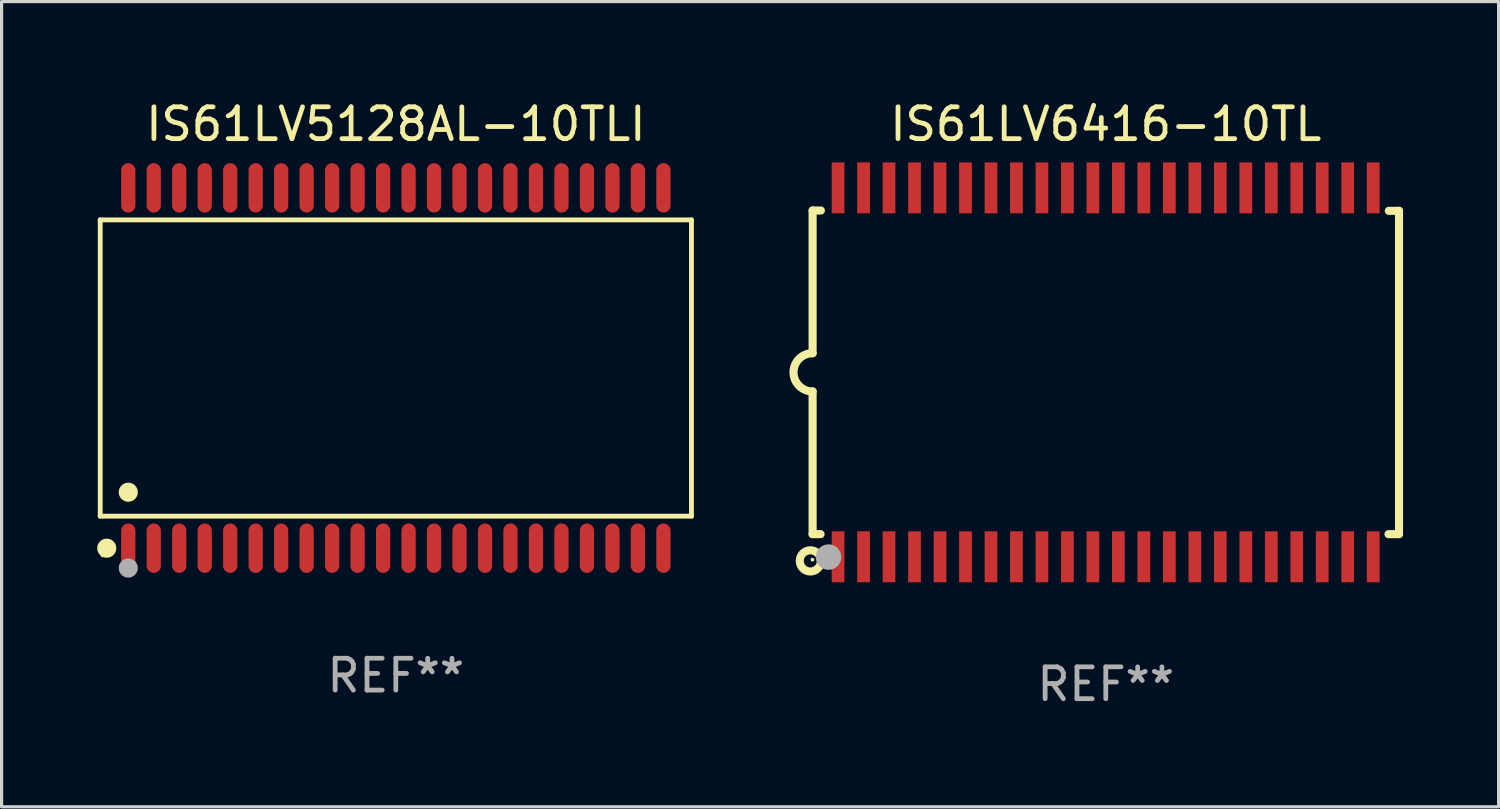
<source format=kicad_pcb>
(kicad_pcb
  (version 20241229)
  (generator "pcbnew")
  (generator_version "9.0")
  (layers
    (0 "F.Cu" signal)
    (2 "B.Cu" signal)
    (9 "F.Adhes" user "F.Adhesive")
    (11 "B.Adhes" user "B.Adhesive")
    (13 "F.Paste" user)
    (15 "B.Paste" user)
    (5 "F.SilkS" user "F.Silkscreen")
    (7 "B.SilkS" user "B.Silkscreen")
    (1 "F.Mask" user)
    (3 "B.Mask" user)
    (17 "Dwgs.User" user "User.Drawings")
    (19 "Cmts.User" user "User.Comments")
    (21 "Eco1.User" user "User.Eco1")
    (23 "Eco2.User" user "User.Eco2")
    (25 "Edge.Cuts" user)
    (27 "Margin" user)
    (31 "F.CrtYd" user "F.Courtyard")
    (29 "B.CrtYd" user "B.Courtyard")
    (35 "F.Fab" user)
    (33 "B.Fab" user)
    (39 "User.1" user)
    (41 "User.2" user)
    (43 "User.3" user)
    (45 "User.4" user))
  (footprint "IS61LV6416-10TL"
    (layer "F.Cu")
    (at 31.666 8.639)
    (property "Reference" "IS61LV6416-10TL" (at 0 -7.791 0) (layer "F.SilkS") (effects (font (size 1 1) (thickness 0.15))))
    (attr through_hole)
    (fp_line (start -9.205 -5.08) (end -9.205 -0.6) (stroke (width 0.254) (type solid)) (layer "F.SilkS"))
    (fp_line (start -9.205 5.08) (end -9.205 0.6) (stroke (width 0.254) (type solid)) (layer "F.SilkS"))
    (fp_line (start -8.955 5.08) (end -9.205 5.08) (stroke (width 0.254) (type solid)) (layer "F.SilkS"))
    (fp_line (start -8.945 -5.08) (end -9.205 -5.08) (stroke (width 0.254) (type solid)) (layer "F.SilkS"))
    (fp_line (start 8.885 -5.07) (end 9.205 -5.07) (stroke (width 0.254) (type solid)) (layer "F.SilkS"))
    (fp_line (start 9.205 -5.07) (end 9.205 5.08) (stroke (width 0.254) (type solid)) (layer "F.SilkS"))
    (fp_line (start 9.205 5.08) (end 8.875 5.08) (stroke (width 0.254) (type solid)) (layer "F.SilkS"))
    (fp_arc (start -9.204978 0.6) (mid -9.804623 0.000241) (end -9.204902 -0.599442) (stroke (width 0.254001) (type solid)) (layer "F.SilkS"))
    (fp_circle (center -9.275 5.92) (end -8.942 5.92) (stroke (width 0.254) (type solid)) (fill no) (layer "F.SilkS"))
    (fp_circle (center -9.21 5.88) (end -9.18 5.88) (stroke (width 0.06) (type solid)) (fill no) (layer "F.SilkS"))
    (fp_circle (center -8.705 5.8) (end -8.505 5.8) (stroke (width 0.4) (type solid)) (fill no) (layer "F.Fab"))
    (fp_text user "REF**" (at 0 9.791 0) (layer "F.Fab") (effects (font (size 1 1) (thickness 0.15))))
    (pad "1" smd rect (at -8.405 5.791) (size 0.4 1.6) (layers "F.Cu" "F.Mask" "F.Paste"))
    (pad "2" smd rect (at -7.605 5.791) (size 0.4 1.6) (layers "F.Cu" "F.Mask" "F.Paste"))
    (pad "3" smd rect (at -6.806 5.791) (size 0.4 1.6) (layers "F.Cu" "F.Mask" "F.Paste"))
    (pad "4" smd rect (at -6.005 5.791) (size 0.4 1.6) (layers "F.Cu" "F.Mask" "F.Paste"))
    (pad "5" smd rect (at -5.204 5.791) (size 0.4 1.6) (layers "F.Cu" "F.Mask" "F.Paste"))
    (pad "6" smd rect (at -4.405 5.791) (size 0.4 1.6) (layers "F.Cu" "F.Mask" "F.Paste"))
    (pad "7" smd rect (at -3.604 5.791) (size 0.4 1.6) (layers "F.Cu" "F.Mask" "F.Paste"))
    (pad "8" smd rect (at -2.805 5.791) (size 0.4 1.6) (layers "F.Cu" "F.Mask" "F.Paste"))
    (pad "9" smd rect (at -2.005 5.791) (size 0.4 1.6) (layers "F.Cu" "F.Mask" "F.Paste"))
    (pad "10" smd rect (at -1.206 5.791) (size 0.4 1.6) (layers "F.Cu" "F.Mask" "F.Paste"))
    (pad "11" smd rect (at -0.405 5.791) (size 0.4 1.6) (layers "F.Cu" "F.Mask" "F.Paste"))
    (pad "12" smd rect (at 0.395 5.791) (size 0.4 1.6) (layers "F.Cu" "F.Mask" "F.Paste"))
    (pad "13" smd rect (at 1.194 5.791) (size 0.4 1.6) (layers "F.Cu" "F.Mask" "F.Paste"))
    (pad "14" smd rect (at 1.995 5.791) (size 0.4 1.6) (layers "F.Cu" "F.Mask" "F.Paste"))
    (pad "15" smd rect (at 2.796 5.791) (size 0.4 1.6) (layers "F.Cu" "F.Mask" "F.Paste"))
    (pad "16" smd rect (at 3.595 5.791) (size 0.4 1.6) (layers "F.Cu" "F.Mask" "F.Paste"))
    (pad "17" smd rect (at 4.396 5.791) (size 0.4 1.6) (layers "F.Cu" "F.Mask" "F.Paste"))
    (pad "18" smd rect (at 5.196 5.791) (size 0.4 1.6) (layers "F.Cu" "F.Mask" "F.Paste"))
    (pad "19" smd rect (at 5.995 5.791) (size 0.4 1.6) (layers "F.Cu" "F.Mask" "F.Paste"))
    (pad "20" smd rect (at 6.794 5.791) (size 0.4 1.6) (layers "F.Cu" "F.Mask" "F.Paste"))
    (pad "21" smd rect (at 7.595 5.791) (size 0.4 1.6) (layers "F.Cu" "F.Mask" "F.Paste"))
    (pad "22" smd rect (at 8.395 5.791) (size 0.4 1.6) (layers "F.Cu" "F.Mask" "F.Paste"))
    (pad "23" smd rect (at 8.395 -5.791) (size 0.4 1.6) (layers "F.Cu" "F.Mask" "F.Paste"))
    (pad "24" smd rect (at 7.595 -5.791) (size 0.4 1.6) (layers "F.Cu" "F.Mask" "F.Paste"))
    (pad "25" smd rect (at 6.794 -5.791) (size 0.4 1.6) (layers "F.Cu" "F.Mask" "F.Paste"))
    (pad "26" smd rect (at 5.995 -5.791) (size 0.4 1.6) (layers "F.Cu" "F.Mask" "F.Paste"))
    (pad "27" smd rect (at 5.196 -5.791) (size 0.4 1.6) (layers "F.Cu" "F.Mask" "F.Paste"))
    (pad "28" smd rect (at 4.396 -5.791) (size 0.4 1.6) (layers "F.Cu" "F.Mask" "F.Paste"))
    (pad "29" smd rect (at 3.595 -5.791) (size 0.4 1.6) (layers "F.Cu" "F.Mask" "F.Paste"))
    (pad "30" smd rect (at 2.796 -5.791) (size 0.4 1.6) (layers "F.Cu" "F.Mask" "F.Paste"))
    (pad "31" smd rect (at 1.995 -5.791) (size 0.4 1.6) (layers "F.Cu" "F.Mask" "F.Paste"))
    (pad "32" smd rect (at 1.194 -5.791) (size 0.4 1.6) (layers "F.Cu" "F.Mask" "F.Paste"))
    (pad "33" smd rect (at 0.395 -5.791) (size 0.4 1.6) (layers "F.Cu" "F.Mask" "F.Paste"))
    (pad "34" smd rect (at -0.405 -5.791) (size 0.4 1.6) (layers "F.Cu" "F.Mask" "F.Paste"))
    (pad "35" smd rect (at -1.206 -5.791) (size 0.4 1.6) (layers "F.Cu" "F.Mask" "F.Paste"))
    (pad "36" smd rect (at -2.005 -5.791) (size 0.4 1.6) (layers "F.Cu" "F.Mask" "F.Paste"))
    (pad "37" smd rect (at -2.805 -5.791) (size 0.4 1.6) (layers "F.Cu" "F.Mask" "F.Paste"))
    (pad "38" smd rect (at -3.604 -5.791) (size 0.4 1.6) (layers "F.Cu" "F.Mask" "F.Paste"))
    (pad "39" smd rect (at -4.405 -5.791) (size 0.4 1.6) (layers "F.Cu" "F.Mask" "F.Paste"))
    (pad "40" smd rect (at -5.204 -5.791) (size 0.4 1.6) (layers "F.Cu" "F.Mask" "F.Paste"))
    (pad "41" smd rect (at -6.005 -5.791) (size 0.4 1.6) (layers "F.Cu" "F.Mask" "F.Paste"))
    (pad "42" smd rect (at -6.806 -5.791) (size 0.4 1.6) (layers "F.Cu" "F.Mask" "F.Paste"))
    (pad "43" smd rect (at -7.605 -5.791) (size 0.4 1.6) (layers "F.Cu" "F.Mask" "F.Paste"))
    (pad "44" smd rect (at -8.405 -5.791) (size 0.4 1.6) (layers "F.Cu" "F.Mask" "F.Paste")))
  (footprint "IS61LV5128AL-10TLI"
    (layer "F.Cu")
    (at 9.377 8.504)
    (property "Reference" "IS61LV5128AL-10TLI" (at 0 -7.656 0) (layer "F.SilkS") (effects (font (size 1 1) (thickness 0.15))))
    (attr through_hole)
    (fp_line (start -9.281 -4.651) (end 9.281 -4.651) (stroke (width 0.152) (type solid)) (layer "F.SilkS"))
    (fp_line (start -9.281 4.651) (end -9.281 -4.651) (stroke (width 0.152) (type solid)) (layer "F.SilkS"))
    (fp_line (start 9.281 -4.651) (end 9.281 4.651) (stroke (width 0.152) (type solid)) (layer "F.SilkS"))
    (fp_line (start 9.281 4.651) (end -9.281 4.651) (stroke (width 0.152) (type solid)) (layer "F.SilkS"))
    (fp_circle (center -9.205 5.88) (end -9.175 5.88) (stroke (width 0.06) (type solid)) (fill no) (layer "F.SilkS"))
    (fp_circle (center -9.076 5.656) (end -8.926 5.656) (stroke (width 0.3) (type solid)) (fill no) (layer "F.SilkS"))
    (fp_circle (center -8.4 3.899) (end -8.25 3.899) (stroke (width 0.3) (type solid)) (fill no) (layer "F.SilkS"))
    (fp_circle (center -8.4 6.28) (end -8.25 6.28) (stroke (width 0.3) (type solid)) (fill no) (layer "F.Fab"))
    (fp_text user "REF**" (at 0 9.656 0) (layer "F.Fab") (effects (font (size 1 1) (thickness 0.15))))
    (pad "1" smd oval (at -8.4 5.656) (size 0.448 1.551) (layers "F.Cu" "F.Mask" "F.Paste"))
    (pad "2" smd oval (at -7.6 5.656) (size 0.448 1.551) (layers "F.Cu" "F.Mask" "F.Paste"))
    (pad "3" smd oval (at -6.8 5.656) (size 0.448 1.551) (layers "F.Cu" "F.Mask" "F.Paste"))
    (pad "4" smd oval (at -6 5.656) (size 0.448 1.551) (layers "F.Cu" "F.Mask" "F.Paste"))
    (pad "5" smd oval (at -5.2 5.656) (size 0.448 1.551) (layers "F.Cu" "F.Mask" "F.Paste"))
    (pad "6" smd oval (at -4.4 5.656) (size 0.448 1.551) (layers "F.Cu" "F.Mask" "F.Paste"))
    (pad "7" smd oval (at -3.6 5.656) (size 0.448 1.551) (layers "F.Cu" "F.Mask" "F.Paste"))
    (pad "8" smd oval (at -2.8 5.656) (size 0.448 1.551) (layers "F.Cu" "F.Mask" "F.Paste"))
    (pad "9" smd oval (at -2 5.656) (size 0.448 1.551) (layers "F.Cu" "F.Mask" "F.Paste"))
    (pad "10" smd oval (at -1.2 5.656) (size 0.448 1.551) (layers "F.Cu" "F.Mask" "F.Paste"))
    (pad "11" smd oval (at -0.4 5.656) (size 0.448 1.551) (layers "F.Cu" "F.Mask" "F.Paste"))
    (pad "12" smd oval (at 0.4 5.656) (size 0.448 1.551) (layers "F.Cu" "F.Mask" "F.Paste"))
    (pad "13" smd oval (at 1.2 5.656) (size 0.448 1.551) (layers "F.Cu" "F.Mask" "F.Paste"))
    (pad "14" smd oval (at 2 5.656) (size 0.448 1.551) (layers "F.Cu" "F.Mask" "F.Paste"))
    (pad "15" smd oval (at 2.8 5.656) (size 0.448 1.551) (layers "F.Cu" "F.Mask" "F.Paste"))
    (pad "16" smd oval (at 3.6 5.656) (size 0.448 1.551) (layers "F.Cu" "F.Mask" "F.Paste"))
    (pad "17" smd oval (at 4.4 5.656) (size 0.448 1.551) (layers "F.Cu" "F.Mask" "F.Paste"))
    (pad "18" smd oval (at 5.2 5.656) (size 0.448 1.551) (layers "F.Cu" "F.Mask" "F.Paste"))
    (pad "19" smd oval (at 6 5.656) (size 0.448 1.551) (layers "F.Cu" "F.Mask" "F.Paste"))
    (pad "20" smd oval (at 6.8 5.656) (size 0.448 1.551) (layers "F.Cu" "F.Mask" "F.Paste"))
    (pad "21" smd oval (at 7.6 5.656) (size 0.448 1.551) (layers "F.Cu" "F.Mask" "F.Paste"))
    (pad "22" smd oval (at 8.4 5.656) (size 0.448 1.551) (layers "F.Cu" "F.Mask" "F.Paste"))
    (pad "23" smd oval (at 8.4 -5.656) (size 0.448 1.551) (layers "F.Cu" "F.Mask" "F.Paste"))
    (pad "24" smd oval (at 7.6 -5.656) (size 0.448 1.551) (layers "F.Cu" "F.Mask" "F.Paste"))
    (pad "25" smd oval (at 6.8 -5.656) (size 0.448 1.551) (layers "F.Cu" "F.Mask" "F.Paste"))
    (pad "26" smd oval (at 6 -5.656) (size 0.448 1.551) (layers "F.Cu" "F.Mask" "F.Paste"))
    (pad "27" smd oval (at 5.2 -5.656) (size 0.448 1.551) (layers "F.Cu" "F.Mask" "F.Paste"))
    (pad "28" smd oval (at 4.4 -5.656) (size 0.448 1.551) (layers "F.Cu" "F.Mask" "F.Paste"))
    (pad "29" smd oval (at 3.6 -5.656) (size 0.448 1.551) (layers "F.Cu" "F.Mask" "F.Paste"))
    (pad "30" smd oval (at 2.8 -5.656) (size 0.448 1.551) (layers "F.Cu" "F.Mask" "F.Paste"))
    (pad "31" smd oval (at 2 -5.656) (size 0.448 1.551) (layers "F.Cu" "F.Mask" "F.Paste"))
    (pad "32" smd oval (at 1.2 -5.656) (size 0.448 1.551) (layers "F.Cu" "F.Mask" "F.Paste"))
    (pad "33" smd oval (at 0.4 -5.656) (size 0.448 1.551) (layers "F.Cu" "F.Mask" "F.Paste"))
    (pad "34" smd oval (at -0.4 -5.656) (size 0.448 1.551) (layers "F.Cu" "F.Mask" "F.Paste"))
    (pad "35" smd oval (at -1.2 -5.656) (size 0.448 1.551) (layers "F.Cu" "F.Mask" "F.Paste"))
    (pad "36" smd oval (at -2 -5.656) (size 0.448 1.551) (layers "F.Cu" "F.Mask" "F.Paste"))
    (pad "37" smd oval (at -2.8 -5.656) (size 0.448 1.551) (layers "F.Cu" "F.Mask" "F.Paste"))
    (pad "38" smd oval (at -3.6 -5.656) (size 0.448 1.551) (layers "F.Cu" "F.Mask" "F.Paste"))
    (pad "39" smd oval (at -4.4 -5.656) (size 0.448 1.551) (layers "F.Cu" "F.Mask" "F.Paste"))
    (pad "40" smd oval (at -5.2 -5.656) (size 0.448 1.551) (layers "F.Cu" "F.Mask" "F.Paste"))
    (pad "41" smd oval (at -6 -5.656) (size 0.448 1.551) (layers "F.Cu" "F.Mask" "F.Paste"))
    (pad "42" smd oval (at -6.8 -5.656) (size 0.448 1.551) (layers "F.Cu" "F.Mask" "F.Paste"))
    (pad "43" smd oval (at -7.6 -5.656) (size 0.448 1.551) (layers "F.Cu" "F.Mask" "F.Paste"))
    (pad "44" smd oval (at -8.4 -5.656) (size 0.448 1.551) (layers "F.Cu" "F.Mask" "F.Paste")))
  (gr_rect
    (start -3 -3)
    (end 43.998 22.279)
    (stroke (width 0.1) (type default))
    (fill no)
    (layer "Edge.Cuts")))
</source>
